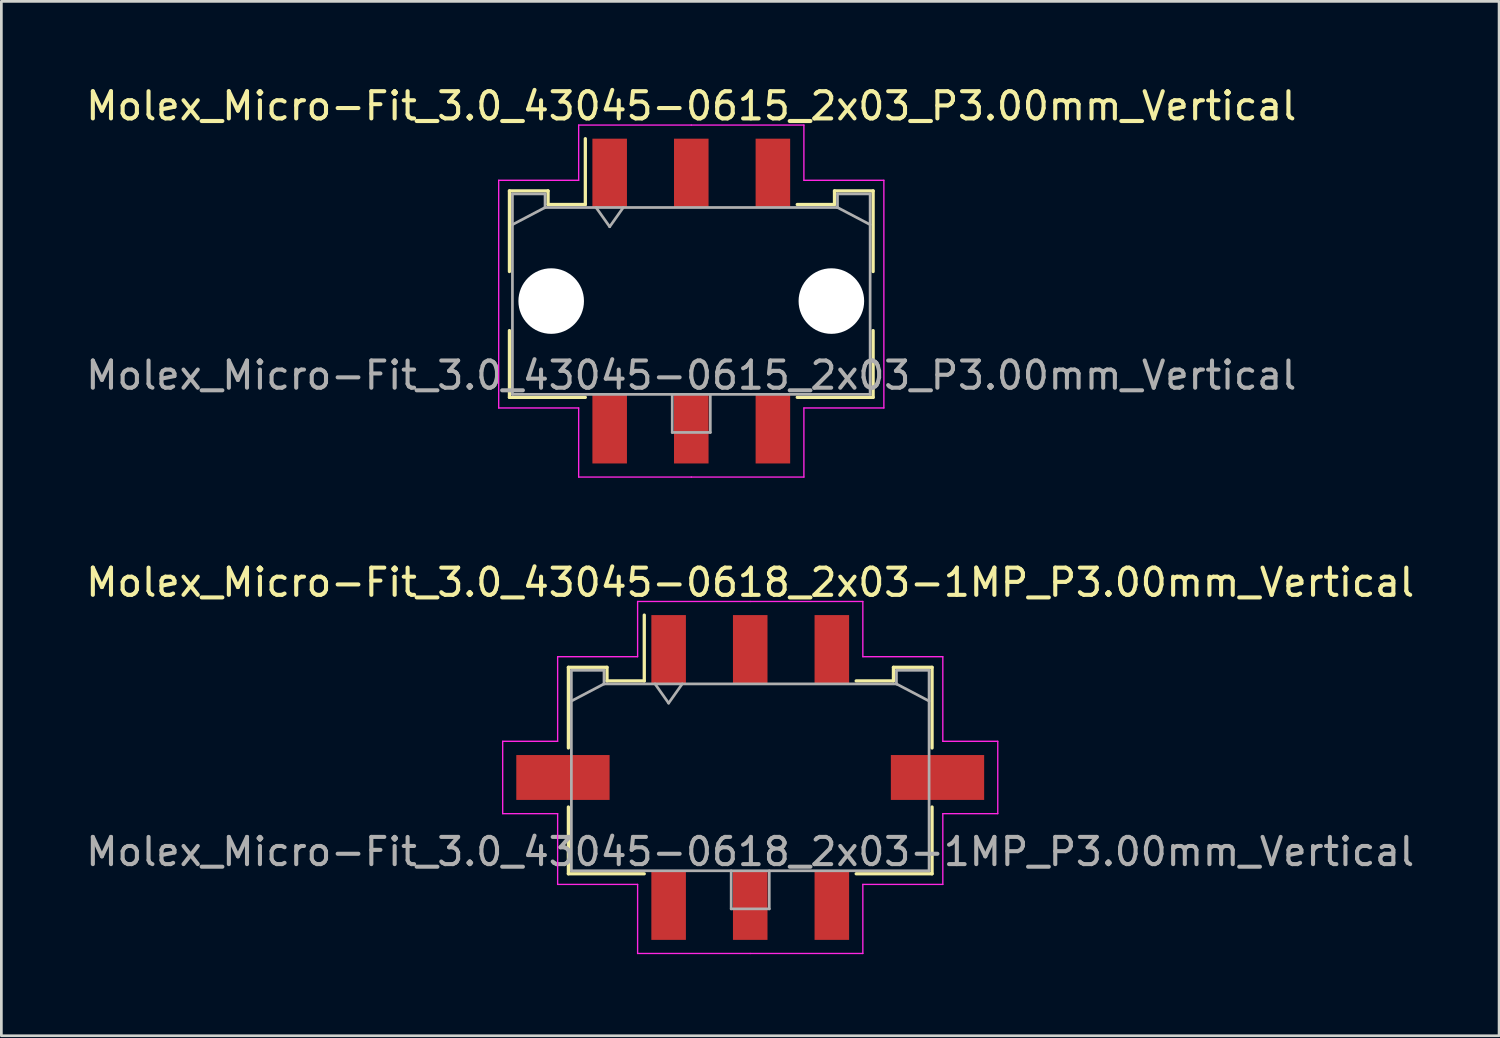
<source format=kicad_pcb>
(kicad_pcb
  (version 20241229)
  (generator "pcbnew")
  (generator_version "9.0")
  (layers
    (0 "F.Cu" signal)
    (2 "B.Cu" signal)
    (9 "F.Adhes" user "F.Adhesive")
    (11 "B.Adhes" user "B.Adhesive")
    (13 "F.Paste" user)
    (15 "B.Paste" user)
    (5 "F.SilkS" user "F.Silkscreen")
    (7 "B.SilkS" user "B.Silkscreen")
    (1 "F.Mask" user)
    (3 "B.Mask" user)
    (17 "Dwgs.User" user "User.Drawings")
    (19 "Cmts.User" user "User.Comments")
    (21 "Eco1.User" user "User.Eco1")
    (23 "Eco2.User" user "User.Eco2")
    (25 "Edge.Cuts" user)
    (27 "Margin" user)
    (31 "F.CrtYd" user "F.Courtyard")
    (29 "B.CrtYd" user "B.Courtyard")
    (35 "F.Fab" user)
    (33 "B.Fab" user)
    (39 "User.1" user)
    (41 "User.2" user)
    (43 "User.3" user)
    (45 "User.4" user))
  (footprint "Molex_Micro-Fit_3.0_43045-0618_2x03-1MP_P3.00mm_Vertical"
    (layer "F.Cu")
    (at 24.53 25.532)
    (property "Reference" "Molex_Micro-Fit_3.0_43045-0618_2x03-1MP_P3.00mm_Vertical" (at 0 -7.17 0) (layer "F.SilkS") (effects (font (size 1 1) (thickness 0.15))))
    (attr smd)
    (fp_line (start -6.685 -4.05) (end -5.265 -4.05) (stroke (width 0.12) (type solid)) (layer "F.SilkS"))
    (fp_line (start -6.685 -1.085) (end -6.685 -4.05) (stroke (width 0.12) (type solid)) (layer "F.SilkS"))
    (fp_line (start -6.685 1.085) (end -6.685 3.54) (stroke (width 0.12) (type solid)) (layer "F.SilkS"))
    (fp_line (start -6.685 3.54) (end -3.895 3.54) (stroke (width 0.12) (type solid)) (layer "F.SilkS"))
    (fp_line (start -5.265 -4.05) (end -5.265 -3.55) (stroke (width 0.12) (type solid)) (layer "F.SilkS"))
    (fp_line (start -5.265 -3.55) (end -3.895 -3.55) (stroke (width 0.12) (type solid)) (layer "F.SilkS"))
    (fp_line (start -3.895 -3.55) (end -3.895 -5.97) (stroke (width 0.12) (type solid)) (layer "F.SilkS"))
    (fp_line (start 5.265 -4.05) (end 5.265 -3.55) (stroke (width 0.12) (type solid)) (layer "F.SilkS"))
    (fp_line (start 5.265 -3.55) (end 3.895 -3.55) (stroke (width 0.12) (type solid)) (layer "F.SilkS"))
    (fp_line (start 6.685 -4.05) (end 5.265 -4.05) (stroke (width 0.12) (type solid)) (layer "F.SilkS"))
    (fp_line (start 6.685 -1.085) (end 6.685 -4.05) (stroke (width 0.12) (type solid)) (layer "F.SilkS"))
    (fp_line (start 6.685 1.085) (end 6.685 3.54) (stroke (width 0.12) (type solid)) (layer "F.SilkS"))
    (fp_line (start 6.685 3.54) (end 3.895 3.54) (stroke (width 0.12) (type solid)) (layer "F.SilkS"))
    (fp_line (start -9.1 -1.33) (end -9.1 1.33) (stroke (width 0.05) (type solid)) (layer "F.CrtYd"))
    (fp_line (start -9.1 1.33) (end -7.08 1.33) (stroke (width 0.05) (type solid)) (layer "F.CrtYd"))
    (fp_line (start -7.08 -4.44) (end -7.08 -1.33) (stroke (width 0.05) (type solid)) (layer "F.CrtYd"))
    (fp_line (start -7.08 -1.33) (end -9.1 -1.33) (stroke (width 0.05) (type solid)) (layer "F.CrtYd"))
    (fp_line (start -7.08 1.33) (end -7.08 3.93) (stroke (width 0.05) (type solid)) (layer "F.CrtYd"))
    (fp_line (start -7.08 3.93) (end -4.14 3.93) (stroke (width 0.05) (type solid)) (layer "F.CrtYd"))
    (fp_line (start -4.14 -6.47) (end -4.14 -4.44) (stroke (width 0.05) (type solid)) (layer "F.CrtYd"))
    (fp_line (start -4.14 -4.44) (end -7.08 -4.44) (stroke (width 0.05) (type solid)) (layer "F.CrtYd"))
    (fp_line (start -4.14 3.93) (end -4.14 6.47) (stroke (width 0.05) (type solid)) (layer "F.CrtYd"))
    (fp_line (start -4.14 6.47) (end 0 6.47) (stroke (width 0.05) (type solid)) (layer "F.CrtYd"))
    (fp_line (start 0 -6.47) (end -4.14 -6.47) (stroke (width 0.05) (type solid)) (layer "F.CrtYd"))
    (fp_line (start 0 -6.47) (end 4.14 -6.47) (stroke (width 0.05) (type solid)) (layer "F.CrtYd"))
    (fp_line (start 4.14 -6.47) (end 4.14 -4.44) (stroke (width 0.05) (type solid)) (layer "F.CrtYd"))
    (fp_line (start 4.14 -4.44) (end 7.08 -4.44) (stroke (width 0.05) (type solid)) (layer "F.CrtYd"))
    (fp_line (start 4.14 3.93) (end 4.14 6.47) (stroke (width 0.05) (type solid)) (layer "F.CrtYd"))
    (fp_line (start 4.14 6.47) (end 0 6.47) (stroke (width 0.05) (type solid)) (layer "F.CrtYd"))
    (fp_line (start 7.08 -4.44) (end 7.08 -1.33) (stroke (width 0.05) (type solid)) (layer "F.CrtYd"))
    (fp_line (start 7.08 -1.33) (end 9.1 -1.33) (stroke (width 0.05) (type solid)) (layer "F.CrtYd"))
    (fp_line (start 7.08 1.33) (end 7.08 3.93) (stroke (width 0.05) (type solid)) (layer "F.CrtYd"))
    (fp_line (start 7.08 3.93) (end 4.14 3.93) (stroke (width 0.05) (type solid)) (layer "F.CrtYd"))
    (fp_line (start 9.1 -1.33) (end 9.1 1.33) (stroke (width 0.05) (type solid)) (layer "F.CrtYd"))
    (fp_line (start 9.1 1.33) (end 7.08 1.33) (stroke (width 0.05) (type solid)) (layer "F.CrtYd"))
    (fp_line (start -6.575 -3.94) (end -6.575 3.43) (stroke (width 0.1) (type solid)) (layer "F.Fab"))
    (fp_line (start -6.575 -2.81) (end -5.375 -3.44) (stroke (width 0.1) (type solid)) (layer "F.Fab"))
    (fp_line (start -6.575 3.43) (end 6.575 3.43) (stroke (width 0.1) (type solid)) (layer "F.Fab"))
    (fp_line (start -5.375 -3.94) (end -6.575 -3.94) (stroke (width 0.1) (type solid)) (layer "F.Fab"))
    (fp_line (start -5.375 -3.44) (end -5.375 -3.94) (stroke (width 0.1) (type solid)) (layer "F.Fab"))
    (fp_line (start -3.5 -3.44) (end -3 -2.733) (stroke (width 0.1) (type solid)) (layer "F.Fab"))
    (fp_line (start -3 -2.733) (end -2.5 -3.44) (stroke (width 0.1) (type solid)) (layer "F.Fab"))
    (fp_line (start -0.7 3.43) (end -0.7 4.83) (stroke (width 0.1) (type solid)) (layer "F.Fab"))
    (fp_line (start -0.7 4.83) (end 0.7 4.83) (stroke (width 0.1) (type solid)) (layer "F.Fab"))
    (fp_line (start 0.7 4.83) (end 0.7 3.43) (stroke (width 0.1) (type solid)) (layer "F.Fab"))
    (fp_line (start 5.375 -3.94) (end 5.375 -3.44) (stroke (width 0.1) (type solid)) (layer "F.Fab"))
    (fp_line (start 5.375 -3.44) (end -5.375 -3.44) (stroke (width 0.1) (type solid)) (layer "F.Fab"))
    (fp_line (start 6.575 -3.94) (end 5.375 -3.94) (stroke (width 0.1) (type solid)) (layer "F.Fab"))
    (fp_line (start 6.575 -2.81) (end 5.375 -3.44) (stroke (width 0.1) (type solid)) (layer "F.Fab"))
    (fp_line (start 6.575 3.43) (end 6.575 -3.94) (stroke (width 0.1) (type solid)) (layer "F.Fab"))
    (fp_text user "${REFERENCE}" (at 0 2.73 0) (layer "F.Fab") (effects (font (size 1 1) (thickness 0.15))))
    (pad "1" smd rect (at -3 -4.7) (size 1.27 2.54) (layers "F.Cu" "F.Mask" "F.Paste"))
    (pad "2" smd rect (at 0 -4.7) (size 1.27 2.54) (layers "F.Cu" "F.Mask" "F.Paste"))
    (pad "3" smd rect (at 3 -4.7) (size 1.27 2.54) (layers "F.Cu" "F.Mask" "F.Paste"))
    (pad "4" smd rect (at -3 4.7) (size 1.27 2.54) (layers "F.Cu" "F.Mask" "F.Paste"))
    (pad "5" smd rect (at 0 4.7) (size 1.27 2.54) (layers "F.Cu" "F.Mask" "F.Paste"))
    (pad "6" smd rect (at 3 4.7) (size 1.27 2.54) (layers "F.Cu" "F.Mask" "F.Paste"))
    (pad "MP" smd rect (at -6.885 0) (size 3.43 1.65) (layers "F.Cu" "F.Mask" "F.Paste"))
    (pad "MP" smd rect (at 6.885 0) (size 3.43 1.65) (layers "F.Cu" "F.Mask" "F.Paste")))
  (footprint "Molex_Micro-Fit_3.0_43045-0615_2x03_P3.00mm_Vertical"
    (layer "F.Cu")
    (at 22.363 8.018)
    (property "Reference" "Molex_Micro-Fit_3.0_43045-0615_2x03_P3.00mm_Vertical" (at 0 -7.17 0) (layer "F.SilkS") (effects (font (size 1 1) (thickness 0.15))))
    (attr smd)
    (fp_line (start -6.685 -4.05) (end -5.265 -4.05) (stroke (width 0.12) (type solid)) (layer "F.SilkS"))
    (fp_line (start -6.685 -1.085) (end -6.685 -4.05) (stroke (width 0.12) (type solid)) (layer "F.SilkS"))
    (fp_line (start -6.685 1.085) (end -6.685 3.54) (stroke (width 0.12) (type solid)) (layer "F.SilkS"))
    (fp_line (start -6.685 3.54) (end -3.895 3.54) (stroke (width 0.12) (type solid)) (layer "F.SilkS"))
    (fp_line (start -5.265 -4.05) (end -5.265 -3.55) (stroke (width 0.12) (type solid)) (layer "F.SilkS"))
    (fp_line (start -5.265 -3.55) (end -3.895 -3.55) (stroke (width 0.12) (type solid)) (layer "F.SilkS"))
    (fp_line (start -3.895 -3.55) (end -3.895 -5.97) (stroke (width 0.12) (type solid)) (layer "F.SilkS"))
    (fp_line (start 5.265 -4.05) (end 5.265 -3.55) (stroke (width 0.12) (type solid)) (layer "F.SilkS"))
    (fp_line (start 5.265 -3.55) (end 3.895 -3.55) (stroke (width 0.12) (type solid)) (layer "F.SilkS"))
    (fp_line (start 6.685 -4.05) (end 5.265 -4.05) (stroke (width 0.12) (type solid)) (layer "F.SilkS"))
    (fp_line (start 6.685 -1.085) (end 6.685 -4.05) (stroke (width 0.12) (type solid)) (layer "F.SilkS"))
    (fp_line (start 6.685 1.085) (end 6.685 3.54) (stroke (width 0.12) (type solid)) (layer "F.SilkS"))
    (fp_line (start 6.685 3.54) (end 3.895 3.54) (stroke (width 0.12) (type solid)) (layer "F.SilkS"))
    (fp_line (start -7.08 -4.44) (end -7.08 3.93) (stroke (width 0.05) (type solid)) (layer "F.CrtYd"))
    (fp_line (start -7.08 3.93) (end -4.14 3.93) (stroke (width 0.05) (type solid)) (layer "F.CrtYd"))
    (fp_line (start -4.14 -6.47) (end -4.14 -4.44) (stroke (width 0.05) (type solid)) (layer "F.CrtYd"))
    (fp_line (start -4.14 -4.44) (end -7.08 -4.44) (stroke (width 0.05) (type solid)) (layer "F.CrtYd"))
    (fp_line (start -4.14 3.93) (end -4.14 6.47) (stroke (width 0.05) (type solid)) (layer "F.CrtYd"))
    (fp_line (start -4.14 6.47) (end 0 6.47) (stroke (width 0.05) (type solid)) (layer "F.CrtYd"))
    (fp_line (start 0 -6.47) (end -4.14 -6.47) (stroke (width 0.05) (type solid)) (layer "F.CrtYd"))
    (fp_line (start 0 -6.47) (end 4.14 -6.47) (stroke (width 0.05) (type solid)) (layer "F.CrtYd"))
    (fp_line (start 4.14 -6.47) (end 4.14 -4.44) (stroke (width 0.05) (type solid)) (layer "F.CrtYd"))
    (fp_line (start 4.14 -4.44) (end 7.08 -4.44) (stroke (width 0.05) (type solid)) (layer "F.CrtYd"))
    (fp_line (start 4.14 3.93) (end 4.14 6.47) (stroke (width 0.05) (type solid)) (layer "F.CrtYd"))
    (fp_line (start 4.14 6.47) (end 0 6.47) (stroke (width 0.05) (type solid)) (layer "F.CrtYd"))
    (fp_line (start 7.08 -4.44) (end 7.08 3.93) (stroke (width 0.05) (type solid)) (layer "F.CrtYd"))
    (fp_line (start 7.08 3.93) (end 4.14 3.93) (stroke (width 0.05) (type solid)) (layer "F.CrtYd"))
    (fp_line (start -6.575 -3.94) (end -6.575 3.43) (stroke (width 0.1) (type solid)) (layer "F.Fab"))
    (fp_line (start -6.575 -2.81) (end -5.375 -3.44) (stroke (width 0.1) (type solid)) (layer "F.Fab"))
    (fp_line (start -6.575 3.43) (end 6.575 3.43) (stroke (width 0.1) (type solid)) (layer "F.Fab"))
    (fp_line (start -5.375 -3.94) (end -6.575 -3.94) (stroke (width 0.1) (type solid)) (layer "F.Fab"))
    (fp_line (start -5.375 -3.44) (end -5.375 -3.94) (stroke (width 0.1) (type solid)) (layer "F.Fab"))
    (fp_line (start -3.5 -3.44) (end -3 -2.733) (stroke (width 0.1) (type solid)) (layer "F.Fab"))
    (fp_line (start -3 -2.733) (end -2.5 -3.44) (stroke (width 0.1) (type solid)) (layer "F.Fab"))
    (fp_line (start -0.7 3.43) (end -0.7 4.83) (stroke (width 0.1) (type solid)) (layer "F.Fab"))
    (fp_line (start -0.7 4.83) (end 0.7 4.83) (stroke (width 0.1) (type solid)) (layer "F.Fab"))
    (fp_line (start 0.7 4.83) (end 0.7 3.43) (stroke (width 0.1) (type solid)) (layer "F.Fab"))
    (fp_line (start 5.375 -3.94) (end 5.375 -3.44) (stroke (width 0.1) (type solid)) (layer "F.Fab"))
    (fp_line (start 5.375 -3.44) (end -5.375 -3.44) (stroke (width 0.1) (type solid)) (layer "F.Fab"))
    (fp_line (start 6.575 -3.94) (end 5.375 -3.94) (stroke (width 0.1) (type solid)) (layer "F.Fab"))
    (fp_line (start 6.575 -2.81) (end 5.375 -3.44) (stroke (width 0.1) (type solid)) (layer "F.Fab"))
    (fp_line (start 6.575 3.43) (end 6.575 -3.94) (stroke (width 0.1) (type solid)) (layer "F.Fab"))
    (fp_text user "${REFERENCE}" (at 0 2.73 0) (layer "F.Fab") (effects (font (size 1 1) (thickness 0.15))))
    (pad "" np_thru_hole circle (at -5.15 0) (size 2.41 2.41) (drill 2.41) (layers "*.Cu" "*.Mask"))
    (pad "" np_thru_hole circle (at 5.15 0) (size 2.41 2.41) (drill 2.41) (layers "*.Cu" "*.Mask"))
    (pad "1" smd rect (at -3 -4.7) (size 1.27 2.54) (layers "F.Cu" "F.Mask" "F.Paste"))
    (pad "2" smd rect (at 0 -4.7) (size 1.27 2.54) (layers "F.Cu" "F.Mask" "F.Paste"))
    (pad "3" smd rect (at 3 -4.7) (size 1.27 2.54) (layers "F.Cu" "F.Mask" "F.Paste"))
    (pad "4" smd rect (at -3 4.7) (size 1.27 2.54) (layers "F.Cu" "F.Mask" "F.Paste"))
    (pad "5" smd rect (at 0 4.7) (size 1.27 2.54) (layers "F.Cu" "F.Mask" "F.Paste"))
    (pad "6" smd rect (at 3 4.7) (size 1.27 2.54) (layers "F.Cu" "F.Mask" "F.Paste")))
  (gr_rect
    (start -3 -3)
    (end 52.06 35.026)
    (stroke (width 0.1) (type default))
    (fill no)
    (layer "Edge.Cuts")))
</source>
